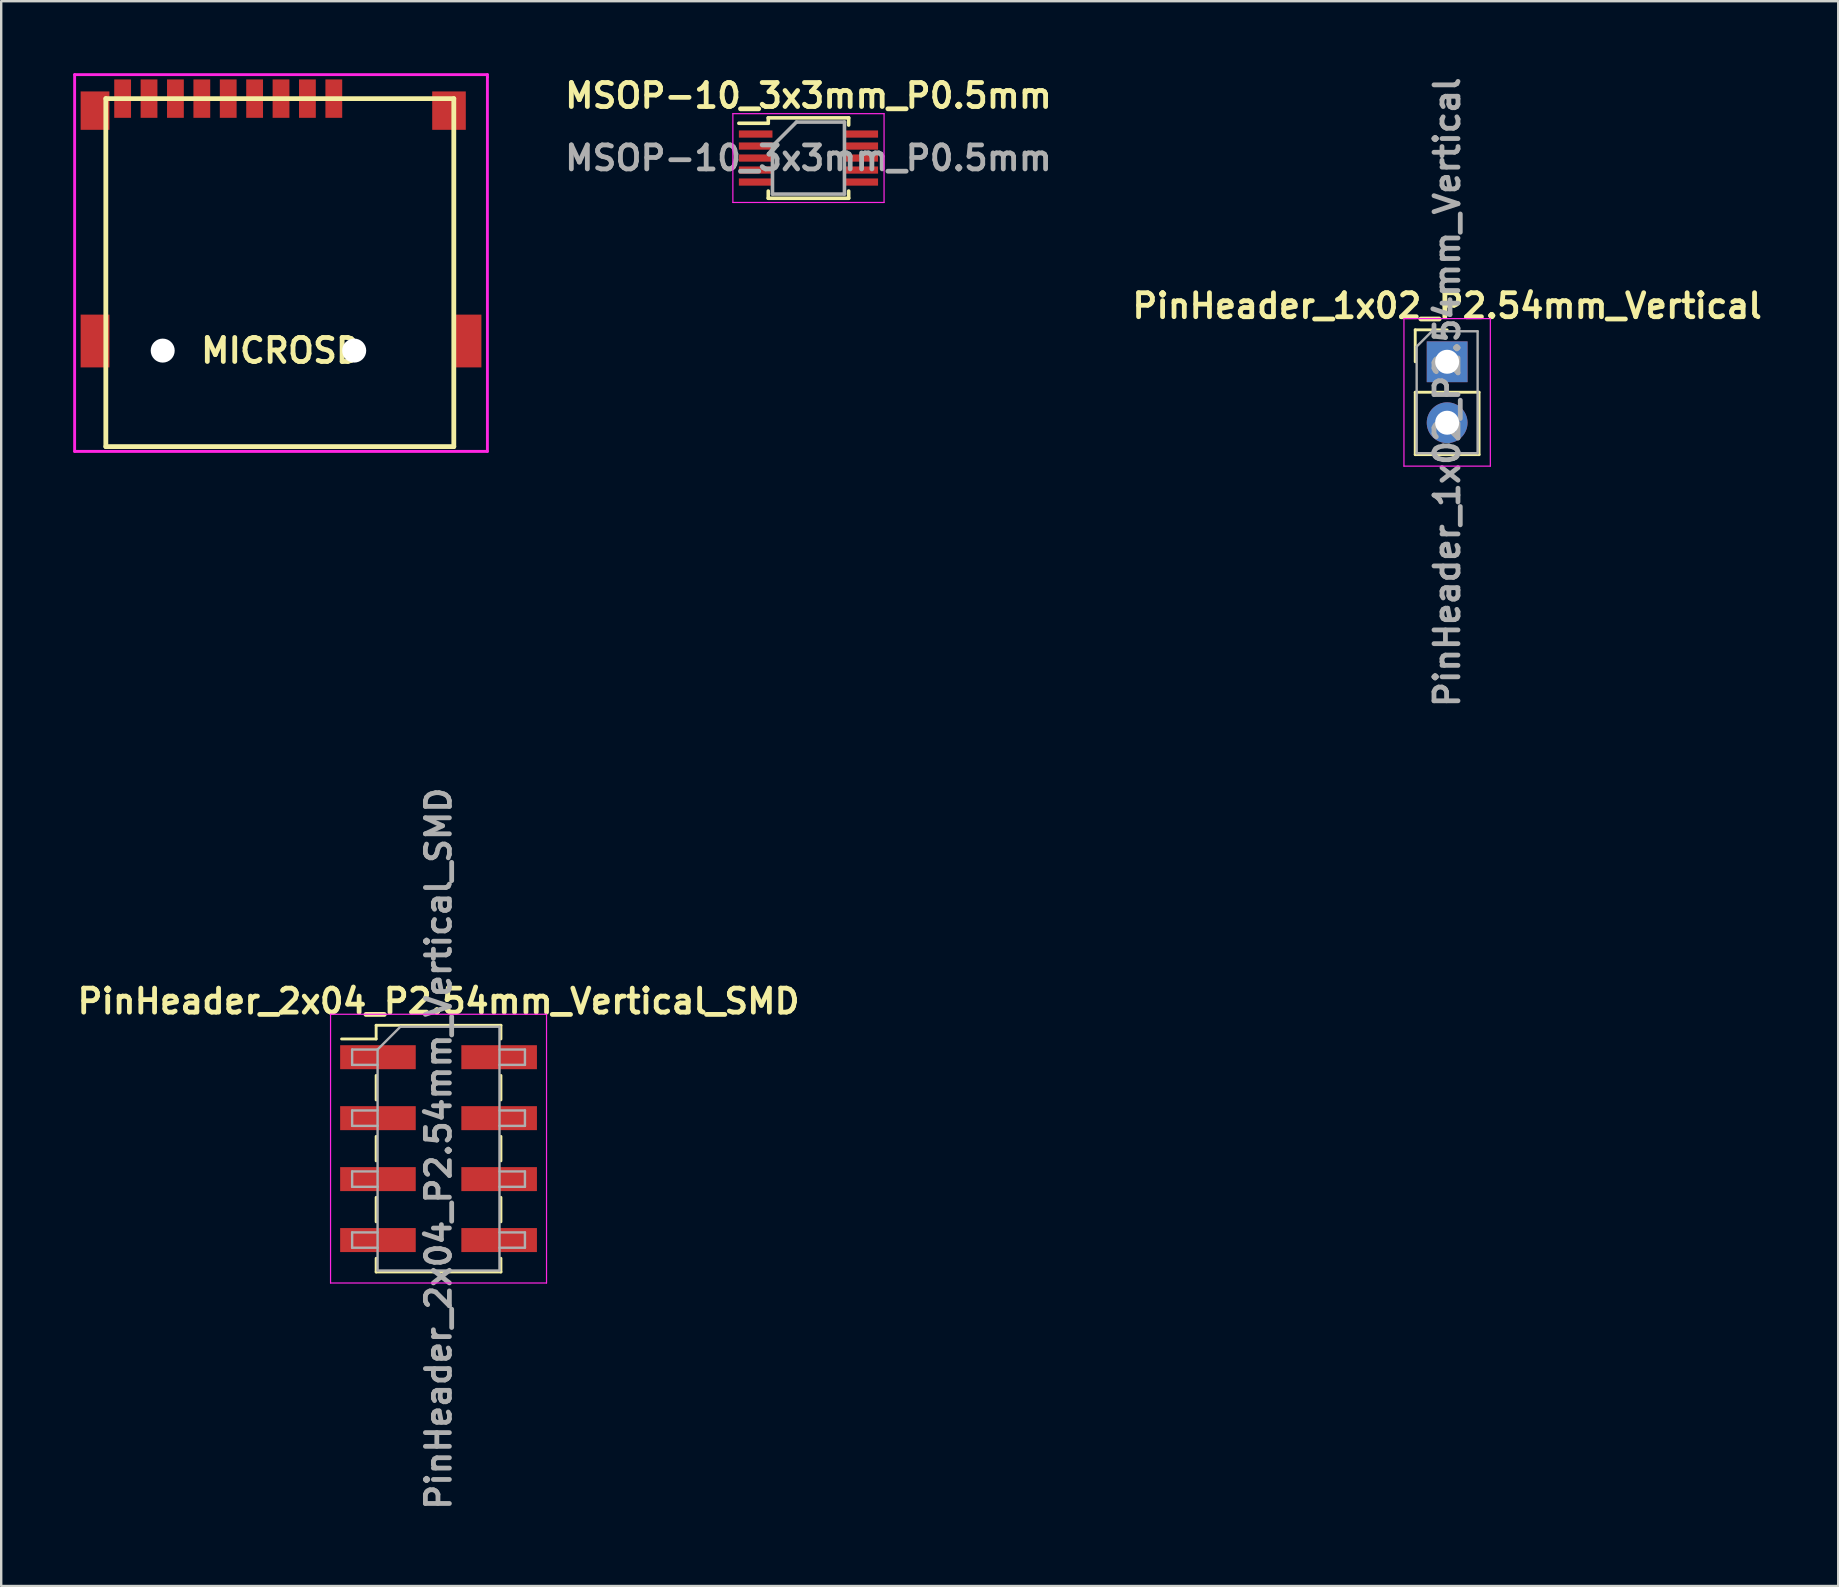
<source format=kicad_pcb>
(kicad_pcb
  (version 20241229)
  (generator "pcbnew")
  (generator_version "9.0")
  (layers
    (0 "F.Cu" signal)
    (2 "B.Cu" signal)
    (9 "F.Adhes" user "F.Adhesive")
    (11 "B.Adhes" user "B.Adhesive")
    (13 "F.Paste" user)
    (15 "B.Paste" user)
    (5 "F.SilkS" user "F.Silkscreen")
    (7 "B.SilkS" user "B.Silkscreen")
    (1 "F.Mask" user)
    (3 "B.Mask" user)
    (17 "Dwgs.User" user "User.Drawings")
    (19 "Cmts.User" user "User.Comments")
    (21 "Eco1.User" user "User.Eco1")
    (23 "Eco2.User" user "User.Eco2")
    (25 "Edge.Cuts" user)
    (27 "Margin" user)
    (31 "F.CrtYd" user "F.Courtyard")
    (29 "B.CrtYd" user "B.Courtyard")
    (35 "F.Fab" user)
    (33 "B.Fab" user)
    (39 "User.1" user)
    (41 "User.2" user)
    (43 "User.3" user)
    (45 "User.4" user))
  (footprint "PinHeader_1x02_P2.54mm_Vertical"
    (layer "F.Cu")
    (at 57.253 13.295)
    (property "Reference" "PinHeader_1x02_P2.54mm_Vertical" (at 0 -3.6 0) (layer "F.SilkS") (effects (font (size 1 1) (thickness 0.2))))
    (attr through_hole)
    (fp_line (start -1.33 -2.6) (end 0 -2.6) (stroke (width 0.12) (type solid)) (layer "F.SilkS"))
    (fp_line (start -1.33 -1.27) (end -1.33 -2.6) (stroke (width 0.12) (type solid)) (layer "F.SilkS"))
    (fp_line (start -1.33 0) (end -1.33 2.6) (stroke (width 0.12) (type solid)) (layer "F.SilkS"))
    (fp_line (start -1.33 0) (end 1.33 0) (stroke (width 0.12) (type solid)) (layer "F.SilkS"))
    (fp_line (start -1.33 2.6) (end 1.33 2.6) (stroke (width 0.12) (type solid)) (layer "F.SilkS"))
    (fp_line (start 1.33 0) (end 1.33 2.6) (stroke (width 0.12) (type solid)) (layer "F.SilkS"))
    (fp_line (start -1.8 -3.07) (end -1.8 3.08) (stroke (width 0.05) (type solid)) (layer "F.CrtYd"))
    (fp_line (start -1.8 3.08) (end 1.8 3.08) (stroke (width 0.05) (type solid)) (layer "F.CrtYd"))
    (fp_line (start 1.8 -3.07) (end -1.8 -3.07) (stroke (width 0.05) (type solid)) (layer "F.CrtYd"))
    (fp_line (start 1.8 3.08) (end 1.8 -3.07) (stroke (width 0.05) (type solid)) (layer "F.CrtYd"))
    (fp_line (start -1.27 -1.905) (end -0.635 -2.54) (stroke (width 0.1) (type solid)) (layer "F.Fab"))
    (fp_line (start -1.27 2.54) (end -1.27 -1.905) (stroke (width 0.1) (type solid)) (layer "F.Fab"))
    (fp_line (start -0.635 -2.54) (end 1.27 -2.54) (stroke (width 0.1) (type solid)) (layer "F.Fab"))
    (fp_line (start 1.27 -2.54) (end 1.27 2.54) (stroke (width 0.1) (type solid)) (layer "F.Fab"))
    (fp_line (start 1.27 2.54) (end -1.27 2.54) (stroke (width 0.1) (type solid)) (layer "F.Fab"))
    (fp_text user "${REFERENCE}" (at 0 0 90) (layer "F.Fab") (effects (font (size 1 1) (thickness 0.2))))
    (pad "1" thru_hole rect (at 0 -1.27) (size 1.7 1.7) (drill 1) (layers "*.Cu" "*.Mask"))
    (pad "2" thru_hole oval (at 0 1.27) (size 1.7 1.7) (drill 1) (layers "*.Cu" "*.Mask")))
  (footprint "MSOP-10_3x3mm_P0.5mm"
    (layer "F.Cu")
    (at 30.639 3.536)
    (property "Reference" "MSOP-10_3x3mm_P0.5mm" (at 0 -2.6 0) (layer "F.SilkS") (effects (font (size 1 1) (thickness 0.2))))
    (attr smd)
    (fp_line (start -1.675 -1.675) (end -1.675 -1.45) (stroke (width 0.15) (type solid)) (layer "F.SilkS"))
    (fp_line (start -1.675 -1.675) (end 1.675 -1.675) (stroke (width 0.15) (type solid)) (layer "F.SilkS"))
    (fp_line (start -1.675 -1.45) (end -2.9 -1.45) (stroke (width 0.15) (type solid)) (layer "F.SilkS"))
    (fp_line (start -1.675 1.675) (end -1.675 1.375) (stroke (width 0.15) (type solid)) (layer "F.SilkS"))
    (fp_line (start -1.675 1.675) (end 1.675 1.675) (stroke (width 0.15) (type solid)) (layer "F.SilkS"))
    (fp_line (start 1.675 -1.675) (end 1.675 -1.375) (stroke (width 0.15) (type solid)) (layer "F.SilkS"))
    (fp_line (start 1.675 1.675) (end 1.675 1.375) (stroke (width 0.15) (type solid)) (layer "F.SilkS"))
    (fp_line (start -3.15 -1.85) (end -3.15 1.85) (stroke (width 0.05) (type solid)) (layer "F.CrtYd"))
    (fp_line (start -3.15 -1.85) (end 3.15 -1.85) (stroke (width 0.05) (type solid)) (layer "F.CrtYd"))
    (fp_line (start -3.15 1.85) (end 3.15 1.85) (stroke (width 0.05) (type solid)) (layer "F.CrtYd"))
    (fp_line (start 3.15 -1.85) (end 3.15 1.85) (stroke (width 0.05) (type solid)) (layer "F.CrtYd"))
    (fp_line (start -1.5 -0.5) (end -0.5 -1.5) (stroke (width 0.15) (type solid)) (layer "F.Fab"))
    (fp_line (start -1.5 1.5) (end -1.5 -0.5) (stroke (width 0.15) (type solid)) (layer "F.Fab"))
    (fp_line (start -0.5 -1.5) (end 1.5 -1.5) (stroke (width 0.15) (type solid)) (layer "F.Fab"))
    (fp_line (start 1.5 -1.5) (end 1.5 1.5) (stroke (width 0.15) (type solid)) (layer "F.Fab"))
    (fp_line (start 1.5 1.5) (end -1.5 1.5) (stroke (width 0.15) (type solid)) (layer "F.Fab"))
    (fp_text user "${REFERENCE}" (at 0 0 0) (layer "F.Fab") (effects (font (size 1 1) (thickness 0.2))))
    (pad "1" smd rect (at -2.2 -1) (size 1.4 0.3) (layers "F.Cu" "F.Mask" "F.Paste"))
    (pad "2" smd rect (at -2.2 -0.5) (size 1.4 0.3) (layers "F.Cu" "F.Mask" "F.Paste"))
    (pad "3" smd rect (at -2.2 0) (size 1.4 0.3) (layers "F.Cu" "F.Mask" "F.Paste"))
    (pad "4" smd rect (at -2.2 0.5) (size 1.4 0.3) (layers "F.Cu" "F.Mask" "F.Paste"))
    (pad "5" smd rect (at -2.2 1) (size 1.4 0.3) (layers "F.Cu" "F.Mask" "F.Paste"))
    (pad "6" smd rect (at 2.2 1) (size 1.4 0.3) (layers "F.Cu" "F.Mask" "F.Paste"))
    (pad "7" smd rect (at 2.2 0.5) (size 1.4 0.3) (layers "F.Cu" "F.Mask" "F.Paste"))
    (pad "8" smd rect (at 2.2 0) (size 1.4 0.3) (layers "F.Cu" "F.Mask" "F.Paste"))
    (pad "9" smd rect (at 2.2 -0.5) (size 1.4 0.3) (layers "F.Cu" "F.Mask" "F.Paste"))
    (pad "10" smd rect (at 2.2 -1) (size 1.4 0.3) (layers "F.Cu" "F.Mask" "F.Paste")))
  (footprint "PinHeader_2x04_P2.54mm_Vertical_SMD"
    (layer "F.Cu")
    (at 15.224 44.814)
    (property "Reference" "PinHeader_2x04_P2.54mm_Vertical_SMD" (at 0 -6.14 0) (layer "F.SilkS") (effects (font (size 1 1) (thickness 0.2))))
    (attr smd)
    (fp_line (start -4.04 -4.57) (end -2.6 -4.57) (stroke (width 0.12) (type solid)) (layer "F.SilkS"))
    (fp_line (start -2.6 -5.14) (end -2.6 -4.57) (stroke (width 0.12) (type solid)) (layer "F.SilkS"))
    (fp_line (start -2.6 -5.14) (end 2.6 -5.14) (stroke (width 0.12) (type solid)) (layer "F.SilkS"))
    (fp_line (start -2.6 -3.05) (end -2.6 -2.03) (stroke (width 0.12) (type solid)) (layer "F.SilkS"))
    (fp_line (start -2.6 -0.51) (end -2.6 0.51) (stroke (width 0.12) (type solid)) (layer "F.SilkS"))
    (fp_line (start -2.6 2.03) (end -2.6 3.05) (stroke (width 0.12) (type solid)) (layer "F.SilkS"))
    (fp_line (start -2.6 4.57) (end -2.6 5.14) (stroke (width 0.12) (type solid)) (layer "F.SilkS"))
    (fp_line (start -2.6 5.14) (end 2.6 5.14) (stroke (width 0.12) (type solid)) (layer "F.SilkS"))
    (fp_line (start 2.6 -5.14) (end 2.6 -4.57) (stroke (width 0.12) (type solid)) (layer "F.SilkS"))
    (fp_line (start 2.6 -3.05) (end 2.6 -2.03) (stroke (width 0.12) (type solid)) (layer "F.SilkS"))
    (fp_line (start 2.6 -0.51) (end 2.6 0.51) (stroke (width 0.12) (type solid)) (layer "F.SilkS"))
    (fp_line (start 2.6 2.03) (end 2.6 3.05) (stroke (width 0.12) (type solid)) (layer "F.SilkS"))
    (fp_line (start 2.6 4.57) (end 2.6 5.14) (stroke (width 0.12) (type solid)) (layer "F.SilkS"))
    (fp_line (start -4.5 -5.6) (end -4.5 5.6) (stroke (width 0.05) (type solid)) (layer "F.CrtYd"))
    (fp_line (start -4.5 5.6) (end 4.5 5.6) (stroke (width 0.05) (type solid)) (layer "F.CrtYd"))
    (fp_line (start 4.5 -5.6) (end -4.5 -5.6) (stroke (width 0.05) (type solid)) (layer "F.CrtYd"))
    (fp_line (start 4.5 5.6) (end 4.5 -5.6) (stroke (width 0.05) (type solid)) (layer "F.CrtYd"))
    (fp_line (start -3.6 -4.13) (end -3.6 -3.49) (stroke (width 0.1) (type solid)) (layer "F.Fab"))
    (fp_line (start -3.6 -3.49) (end -2.54 -3.49) (stroke (width 0.1) (type solid)) (layer "F.Fab"))
    (fp_line (start -3.6 -1.59) (end -3.6 -0.95) (stroke (width 0.1) (type solid)) (layer "F.Fab"))
    (fp_line (start -3.6 -0.95) (end -2.54 -0.95) (stroke (width 0.1) (type solid)) (layer "F.Fab"))
    (fp_line (start -3.6 0.95) (end -3.6 1.59) (stroke (width 0.1) (type solid)) (layer "F.Fab"))
    (fp_line (start -3.6 1.59) (end -2.54 1.59) (stroke (width 0.1) (type solid)) (layer "F.Fab"))
    (fp_line (start -3.6 3.49) (end -3.6 4.13) (stroke (width 0.1) (type solid)) (layer "F.Fab"))
    (fp_line (start -3.6 4.13) (end -2.54 4.13) (stroke (width 0.1) (type solid)) (layer "F.Fab"))
    (fp_line (start -2.54 -4.13) (end -3.6 -4.13) (stroke (width 0.1) (type solid)) (layer "F.Fab"))
    (fp_line (start -2.54 -4.13) (end -1.59 -5.08) (stroke (width 0.1) (type solid)) (layer "F.Fab"))
    (fp_line (start -2.54 -1.59) (end -3.6 -1.59) (stroke (width 0.1) (type solid)) (layer "F.Fab"))
    (fp_line (start -2.54 0.95) (end -3.6 0.95) (stroke (width 0.1) (type solid)) (layer "F.Fab"))
    (fp_line (start -2.54 3.49) (end -3.6 3.49) (stroke (width 0.1) (type solid)) (layer "F.Fab"))
    (fp_line (start -2.54 5.08) (end -2.54 -4.13) (stroke (width 0.1) (type solid)) (layer "F.Fab"))
    (fp_line (start -1.59 -5.08) (end 2.54 -5.08) (stroke (width 0.1) (type solid)) (layer "F.Fab"))
    (fp_line (start 2.54 -5.08) (end 2.54 5.08) (stroke (width 0.1) (type solid)) (layer "F.Fab"))
    (fp_line (start 2.54 -4.13) (end 3.6 -4.13) (stroke (width 0.1) (type solid)) (layer "F.Fab"))
    (fp_line (start 2.54 -1.59) (end 3.6 -1.59) (stroke (width 0.1) (type solid)) (layer "F.Fab"))
    (fp_line (start 2.54 0.95) (end 3.6 0.95) (stroke (width 0.1) (type solid)) (layer "F.Fab"))
    (fp_line (start 2.54 3.49) (end 3.6 3.49) (stroke (width 0.1) (type solid)) (layer "F.Fab"))
    (fp_line (start 2.54 5.08) (end -2.54 5.08) (stroke (width 0.1) (type solid)) (layer "F.Fab"))
    (fp_line (start 3.6 -4.13) (end 3.6 -3.49) (stroke (width 0.1) (type solid)) (layer "F.Fab"))
    (fp_line (start 3.6 -3.49) (end 2.54 -3.49) (stroke (width 0.1) (type solid)) (layer "F.Fab"))
    (fp_line (start 3.6 -1.59) (end 3.6 -0.95) (stroke (width 0.1) (type solid)) (layer "F.Fab"))
    (fp_line (start 3.6 -0.95) (end 2.54 -0.95) (stroke (width 0.1) (type solid)) (layer "F.Fab"))
    (fp_line (start 3.6 0.95) (end 3.6 1.59) (stroke (width 0.1) (type solid)) (layer "F.Fab"))
    (fp_line (start 3.6 1.59) (end 2.54 1.59) (stroke (width 0.1) (type solid)) (layer "F.Fab"))
    (fp_line (start 3.6 3.49) (end 3.6 4.13) (stroke (width 0.1) (type solid)) (layer "F.Fab"))
    (fp_line (start 3.6 4.13) (end 2.54 4.13) (stroke (width 0.1) (type solid)) (layer "F.Fab"))
    (fp_text user "${REFERENCE}" (at 0 0 90) (layer "F.Fab") (effects (font (size 1 1) (thickness 0.2))))
    (pad "1" smd rect (at -2.525 -3.81) (size 3.15 1) (layers "F.Cu" "F.Mask" "F.Paste"))
    (pad "2" smd rect (at 2.525 -3.81) (size 3.15 1) (layers "F.Cu" "F.Mask" "F.Paste"))
    (pad "3" smd rect (at -2.525 -1.27) (size 3.15 1) (layers "F.Cu" "F.Mask" "F.Paste"))
    (pad "4" smd rect (at 2.525 -1.27) (size 3.15 1) (layers "F.Cu" "F.Mask" "F.Paste"))
    (pad "5" smd rect (at -2.525 1.27) (size 3.15 1) (layers "F.Cu" "F.Mask" "F.Paste"))
    (pad "6" smd rect (at 2.525 1.27) (size 3.15 1) (layers "F.Cu" "F.Mask" "F.Paste"))
    (pad "7" smd rect (at -2.525 3.81) (size 3.15 1) (layers "F.Cu" "F.Mask" "F.Paste"))
    (pad "8" smd rect (at 2.525 3.81) (size 3.15 1) (layers "F.Cu" "F.Mask" "F.Paste")))
  (footprint "MICROSD"
    (layer "F.Cu")
    (at 8.66 11.56)
    (property "Reference" "MICROSD" (at 0 0 0) (layer "F.SilkS") (effects (font (size 1 1) (thickness 0.2))))
    (attr through_hole)
    (fp_line (start -7.3 -10.5) (end -7.3 4) (stroke (width 0.2) (type solid)) (layer "F.SilkS"))
    (fp_line (start -7.3 -10.5) (end 7.2 -10.5) (stroke (width 0.2) (type solid)) (layer "F.SilkS"))
    (fp_line (start 7.2 4) (end -7.3 4) (stroke (width 0.2) (type solid)) (layer "F.SilkS"))
    (fp_line (start 7.2 4) (end 7.2 -10.5) (stroke (width 0.2) (type solid)) (layer "F.SilkS"))
    (fp_line (start -8.6 -11.5) (end 8.6 -11.5) (stroke (width 0.12) (type solid)) (layer "F.CrtYd"))
    (fp_line (start -8.6 4.2) (end -8.6 -11.5) (stroke (width 0.12) (type solid)) (layer "F.CrtYd"))
    (fp_line (start -8.6 4.2) (end 8.6 4.2) (stroke (width 0.12) (type solid)) (layer "F.CrtYd"))
    (fp_line (start 8.6 -11.5) (end 8.6 -11.4) (stroke (width 0.12) (type solid)) (layer "F.CrtYd"))
    (fp_line (start 8.6 -11.4) (end 8.6 4.2) (stroke (width 0.12) (type solid)) (layer "F.CrtYd"))
    (pad "" np_thru_hole circle (at -4.93 0) (size 1 1) (drill 1) (layers "*.Cu" "*.Mask"))
    (pad "" np_thru_hole circle (at 3.05 0) (size 1 1) (drill 1) (layers "*.Cu" "*.Mask"))
    (pad "1" smd rect (at 2.2 -10.5) (size 0.7 1.6) (layers "F.Cu" "F.Mask" "F.Paste"))
    (pad "2" smd rect (at 1.1 -10.5) (size 0.7 1.6) (layers "F.Cu" "F.Mask" "F.Paste"))
    (pad "3" smd rect (at 0 -10.5) (size 0.7 1.6) (layers "F.Cu" "F.Mask" "F.Paste"))
    (pad "4" smd rect (at -1.1 -10.5) (size 0.7 1.6) (layers "F.Cu" "F.Mask" "F.Paste"))
    (pad "5" smd rect (at -2.2 -10.5) (size 0.7 1.6) (layers "F.Cu" "F.Mask" "F.Paste"))
    (pad "6" smd rect (at -3.3 -10.5) (size 0.7 1.6) (layers "F.Cu" "F.Mask" "F.Paste"))
    (pad "7" smd rect (at -4.4 -10.5) (size 0.7 1.6) (layers "F.Cu" "F.Mask" "F.Paste"))
    (pad "8" smd rect (at -5.5 -10.5) (size 0.7 1.6) (layers "F.Cu" "F.Mask" "F.Paste"))
    (pad "9" smd rect (at -6.6 -10.5) (size 0.7 1.6) (layers "F.Cu" "F.Mask" "F.Paste"))
    (pad "10" smd rect (at -7.75 -10) (size 1.2 1.6) (layers "F.Cu" "F.Mask" "F.Paste"))
    (pad "11" smd rect (at -7.75 -0.4) (size 1.2 2.2) (layers "F.Cu" "F.Mask" "F.Paste"))
    (pad "11" smd rect (at 7 -10) (size 1.4 1.6) (layers "F.Cu" "F.Mask" "F.Paste"))
    (pad "11" smd rect (at 7.75 -0.4) (size 1.2 2.2) (layers "F.Cu" "F.Mask" "F.Paste")))
  (gr_rect
    (start -3 -3)
    (end 73.549 63.038)
    (stroke (width 0.1) (type default))
    (fill no)
    (layer "Edge.Cuts")))
</source>
